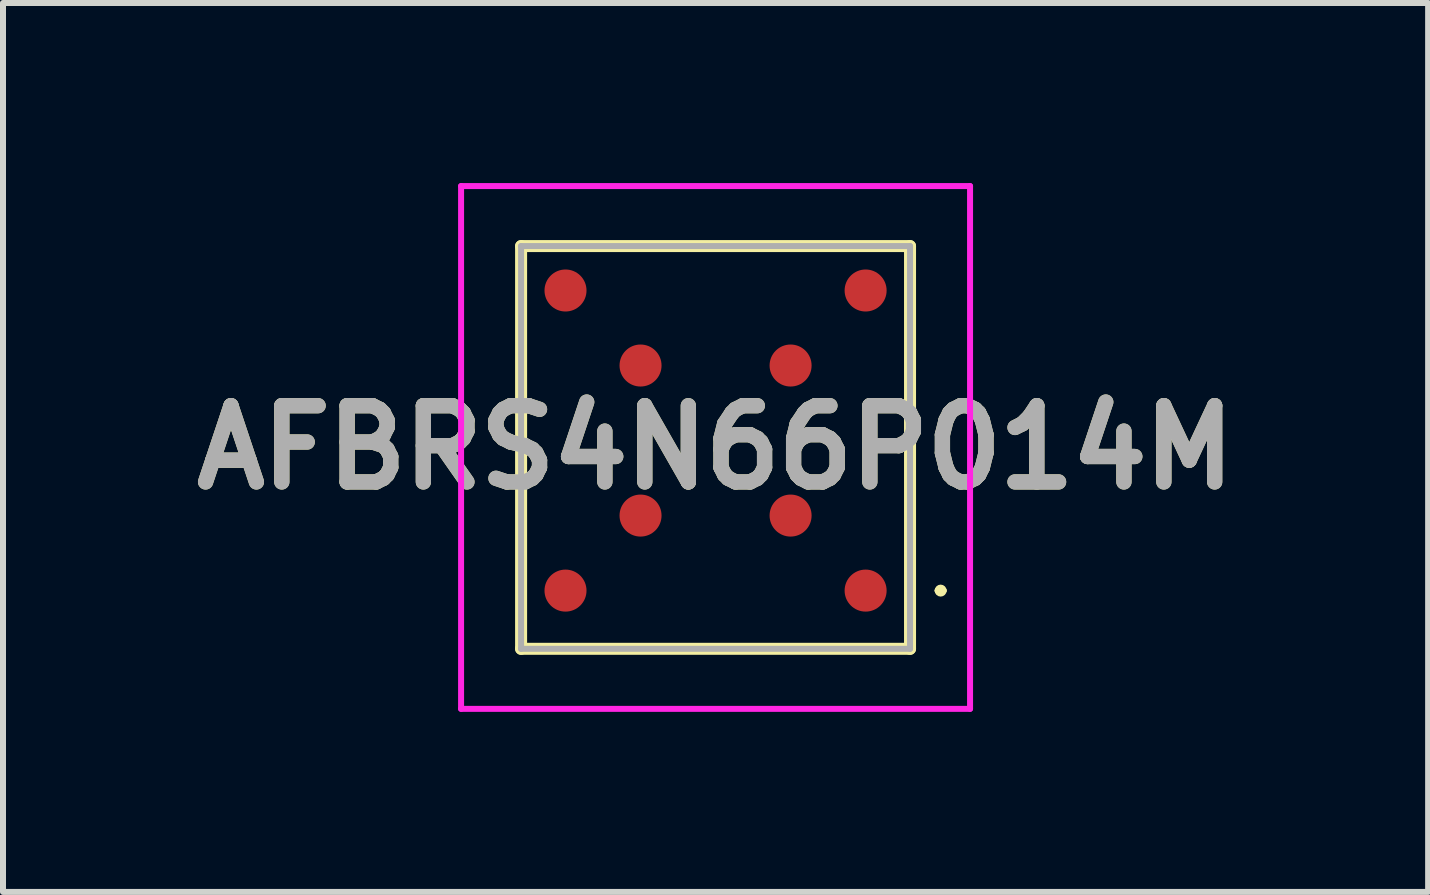
<source format=kicad_pcb>
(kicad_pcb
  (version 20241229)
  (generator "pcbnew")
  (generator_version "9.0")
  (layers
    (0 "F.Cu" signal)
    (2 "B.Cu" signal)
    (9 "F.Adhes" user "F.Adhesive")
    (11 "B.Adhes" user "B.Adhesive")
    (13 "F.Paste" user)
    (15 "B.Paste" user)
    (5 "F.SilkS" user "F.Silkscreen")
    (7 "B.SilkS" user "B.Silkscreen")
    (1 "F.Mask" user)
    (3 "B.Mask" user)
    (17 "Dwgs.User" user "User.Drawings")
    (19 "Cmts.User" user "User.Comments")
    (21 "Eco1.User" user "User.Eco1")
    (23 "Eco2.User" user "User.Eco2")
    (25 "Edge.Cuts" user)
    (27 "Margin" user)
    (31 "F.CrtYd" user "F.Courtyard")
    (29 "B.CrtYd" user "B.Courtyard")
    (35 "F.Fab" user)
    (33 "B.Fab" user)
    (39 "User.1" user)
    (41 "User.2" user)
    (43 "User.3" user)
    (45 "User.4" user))
  (footprint "AFBRS4N66P014M"
    (layer "F.Cu")
    (at 8.872 4.29)
    (property "Reference" "AFBRS4N66P014M" (at 0 0.115 0) (layer "F.SilkS") (effects (font (size 1.27 1.27) (thickness 0.254))))
    (attr smd)
    (fp_line (start -3.24 -3.24) (end 3.24 -3.24) (stroke (width 0.2) (type solid)) (layer "F.SilkS"))
    (fp_line (start -3.24 3.47) (end -3.24 -3.24) (stroke (width 0.2) (type solid)) (layer "F.SilkS"))
    (fp_line (start 3.24 -3.24) (end 3.24 3.47) (stroke (width 0.2) (type solid)) (layer "F.SilkS"))
    (fp_line (start 3.24 3.47) (end -3.24 3.47) (stroke (width 0.2) (type solid)) (layer "F.SilkS"))
    (fp_line (start 3.7 2.5) (end 3.7 2.5) (stroke (width 0.1) (type solid)) (layer "F.SilkS"))
    (fp_line (start 3.8 2.5) (end 3.8 2.5) (stroke (width 0.1) (type solid)) (layer "F.SilkS"))
    (fp_arc (start 3.7 2.5) (mid 3.75 2.45) (end 3.8 2.5) (stroke (width 0.1) (type solid)) (layer "F.SilkS"))
    (fp_arc (start 3.8 2.5) (mid 3.75 2.55) (end 3.7 2.5) (stroke (width 0.1) (type solid)) (layer "F.SilkS"))
    (fp_line (start -4.24 -4.24) (end 4.24 -4.24) (stroke (width 0.1) (type solid)) (layer "F.CrtYd"))
    (fp_line (start -4.24 4.47) (end -4.24 -4.24) (stroke (width 0.1) (type solid)) (layer "F.CrtYd"))
    (fp_line (start 4.24 -4.24) (end 4.24 4.47) (stroke (width 0.1) (type solid)) (layer "F.CrtYd"))
    (fp_line (start 4.24 4.47) (end -4.24 4.47) (stroke (width 0.1) (type solid)) (layer "F.CrtYd"))
    (fp_line (start -3.24 -3.24) (end 3.24 -3.24) (stroke (width 0.1) (type solid)) (layer "F.Fab"))
    (fp_line (start -3.24 3.47) (end -3.24 -3.24) (stroke (width 0.1) (type solid)) (layer "F.Fab"))
    (fp_line (start 3.24 -3.24) (end 3.24 3.47) (stroke (width 0.1) (type solid)) (layer "F.Fab"))
    (fp_line (start 3.24 3.47) (end -3.24 3.47) (stroke (width 0.1) (type solid)) (layer "F.Fab"))
    (fp_text user "${REFERENCE}" (at 0 0.115 0) (layer "F.Fab") (effects (font (size 1.27 1.27) (thickness 0.254))))
    (pad "1" smd circle (at -2.5 -2.5 90) (size 0.7 0.7) (layers "F.Cu" "F.Mask" "F.Paste"))
    (pad "1" smd circle (at -2.5 2.5 90) (size 0.7 0.7) (layers "F.Cu" "F.Mask" "F.Paste"))
    (pad "1" smd circle (at 2.5 -2.5 90) (size 0.7 0.7) (layers "F.Cu" "F.Mask" "F.Paste"))
    (pad "1" smd circle (at 2.5 2.5 90) (size 0.7 0.7) (layers "F.Cu" "F.Mask" "F.Paste"))
    (pad "2" smd circle (at -1.25 -1.25 90) (size 0.7 0.7) (layers "F.Cu" "F.Mask" "F.Paste"))
    (pad "2" smd circle (at -1.25 1.25 90) (size 0.7 0.7) (layers "F.Cu" "F.Mask" "F.Paste"))
    (pad "2" smd circle (at 1.25 -1.25 90) (size 0.7 0.7) (layers "F.Cu" "F.Mask" "F.Paste"))
    (pad "2" smd circle (at 1.25 1.25 90) (size 0.7 0.7) (layers "F.Cu" "F.Mask" "F.Paste")))
  (gr_rect
    (start -3 -3)
    (end 20.744 11.81)
    (stroke (width 0.1) (type default))
    (fill no)
    (layer "Edge.Cuts")))
</source>
